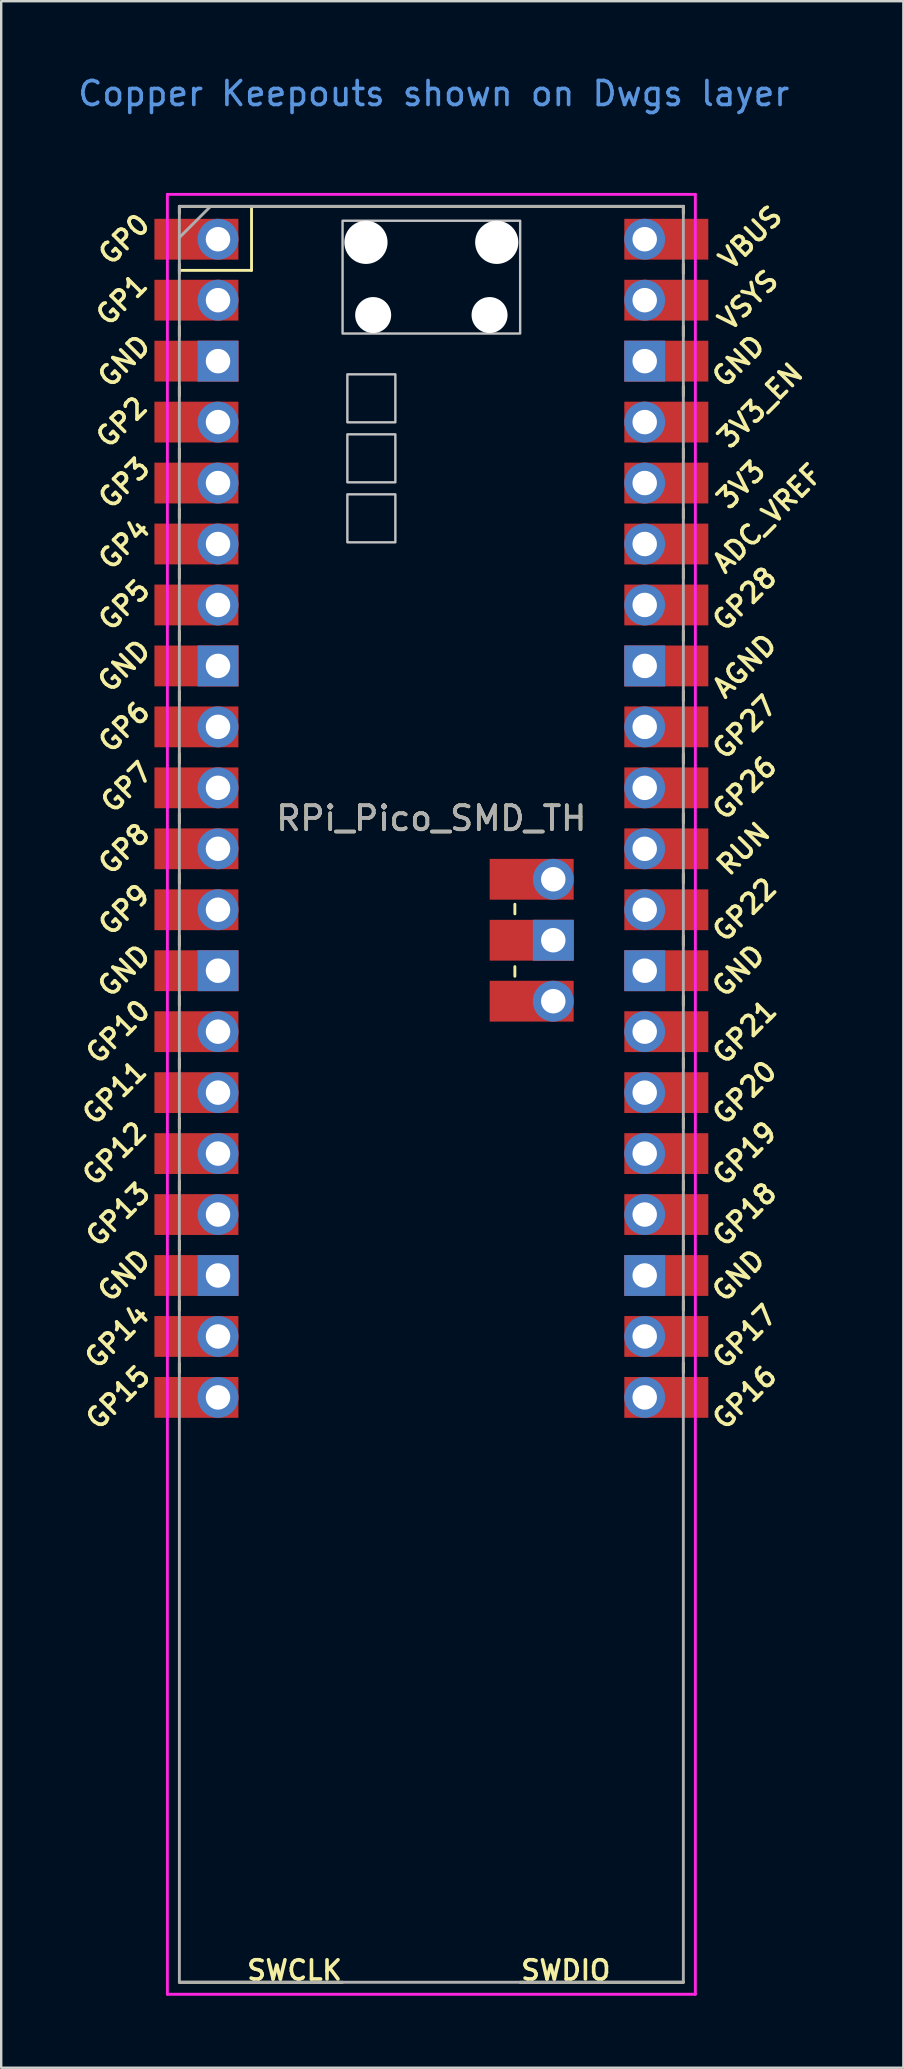
<source format=kicad_pcb>
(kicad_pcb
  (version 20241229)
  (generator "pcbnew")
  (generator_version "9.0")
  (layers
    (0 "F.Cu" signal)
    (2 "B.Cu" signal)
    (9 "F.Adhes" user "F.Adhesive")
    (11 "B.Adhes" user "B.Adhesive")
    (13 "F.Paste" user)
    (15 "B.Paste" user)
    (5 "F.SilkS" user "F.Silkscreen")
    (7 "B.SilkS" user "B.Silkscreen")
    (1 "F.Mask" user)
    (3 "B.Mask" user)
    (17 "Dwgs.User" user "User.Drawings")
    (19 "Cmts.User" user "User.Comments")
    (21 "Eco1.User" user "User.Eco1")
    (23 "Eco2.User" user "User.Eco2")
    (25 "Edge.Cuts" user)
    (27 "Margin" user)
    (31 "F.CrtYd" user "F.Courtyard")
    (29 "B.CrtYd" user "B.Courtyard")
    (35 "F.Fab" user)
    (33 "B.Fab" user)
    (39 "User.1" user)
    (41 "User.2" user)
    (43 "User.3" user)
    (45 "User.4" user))
  (footprint "RPi_Pico_SMD_TH"
    (layer "F.Cu")
    (at 14.924 31.048)
    (property "Reference" "RPi_Pico_SMD_TH" (at 0 0 0) (layer "F.SilkS") (effects (font (size 1 1) (thickness 0.15))))
    (attr through_hole)
    (fp_line (start -10.5 -25.5) (end -10.5 -25.2) (stroke (width 0.12) (type solid)) (layer "F.SilkS"))
    (fp_line (start -10.5 -25.5) (end 10.5 -25.5) (stroke (width 0.12) (type solid)) (layer "F.SilkS"))
    (fp_line (start -10.5 -23.1) (end -10.5 -22.7) (stroke (width 0.12) (type solid)) (layer "F.SilkS"))
    (fp_line (start -10.5 -22.833) (end -7.493 -22.833) (stroke (width 0.12) (type solid)) (layer "F.SilkS"))
    (fp_line (start -10.5 -20.5) (end -10.5 -20.1) (stroke (width 0.12) (type solid)) (layer "F.SilkS"))
    (fp_line (start -10.5 -18) (end -10.5 -17.6) (stroke (width 0.12) (type solid)) (layer "F.SilkS"))
    (fp_line (start -10.5 -15.4) (end -10.5 -15) (stroke (width 0.12) (type solid)) (layer "F.SilkS"))
    (fp_line (start -10.5 -12.9) (end -10.5 -12.5) (stroke (width 0.12) (type solid)) (layer "F.SilkS"))
    (fp_line (start -10.5 -10.4) (end -10.5 -10) (stroke (width 0.12) (type solid)) (layer "F.SilkS"))
    (fp_line (start -10.5 -7.8) (end -10.5 -7.4) (stroke (width 0.12) (type solid)) (layer "F.SilkS"))
    (fp_line (start -10.5 -5.3) (end -10.5 -4.9) (stroke (width 0.12) (type solid)) (layer "F.SilkS"))
    (fp_line (start -10.5 -2.7) (end -10.5 -2.3) (stroke (width 0.12) (type solid)) (layer "F.SilkS"))
    (fp_line (start -10.5 -0.2) (end -10.5 0.2) (stroke (width 0.12) (type solid)) (layer "F.SilkS"))
    (fp_line (start -10.5 2.3) (end -10.5 2.7) (stroke (width 0.12) (type solid)) (layer "F.SilkS"))
    (fp_line (start -10.5 4.9) (end -10.5 5.3) (stroke (width 0.12) (type solid)) (layer "F.SilkS"))
    (fp_line (start -10.5 7.4) (end -10.5 7.8) (stroke (width 0.12) (type solid)) (layer "F.SilkS"))
    (fp_line (start -10.5 10) (end -10.5 10.4) (stroke (width 0.12) (type solid)) (layer "F.SilkS"))
    (fp_line (start -10.5 12.5) (end -10.5 12.9) (stroke (width 0.12) (type solid)) (layer "F.SilkS"))
    (fp_line (start -10.5 15.1) (end -10.5 15.5) (stroke (width 0.12) (type solid)) (layer "F.SilkS"))
    (fp_line (start -10.5 17.6) (end -10.5 18) (stroke (width 0.12) (type solid)) (layer "F.SilkS"))
    (fp_line (start -10.5 20.1) (end -10.5 20.5) (stroke (width 0.12) (type solid)) (layer "F.SilkS"))
    (fp_line (start -10.5 22.7) (end -10.5 23.1) (stroke (width 0.12) (type solid)) (layer "F.SilkS"))
    (fp_line (start -7.493 -22.833) (end -7.493 -25.5) (stroke (width 0.12) (type solid)) (layer "F.SilkS"))
    (fp_line (start -3.7 48.5) (end -10.5 48.5) (stroke (width 0.12) (type solid)) (layer "F.SilkS"))
    (fp_line (start 3.48 3.58) (end 3.48 3.98) (stroke (width 0.12) (type solid)) (layer "F.SilkS"))
    (fp_line (start 3.48 6.18) (end 3.48 6.58) (stroke (width 0.12) (type solid)) (layer "F.SilkS"))
    (fp_line (start 10.5 -25.5) (end 10.5 -25.2) (stroke (width 0.12) (type solid)) (layer "F.SilkS"))
    (fp_line (start 10.5 -23.1) (end 10.5 -22.7) (stroke (width 0.12) (type solid)) (layer "F.SilkS"))
    (fp_line (start 10.5 -20.5) (end 10.5 -20.1) (stroke (width 0.12) (type solid)) (layer "F.SilkS"))
    (fp_line (start 10.5 -18) (end 10.5 -17.6) (stroke (width 0.12) (type solid)) (layer "F.SilkS"))
    (fp_line (start 10.5 -15.4) (end 10.5 -15) (stroke (width 0.12) (type solid)) (layer "F.SilkS"))
    (fp_line (start 10.5 -12.9) (end 10.5 -12.5) (stroke (width 0.12) (type solid)) (layer "F.SilkS"))
    (fp_line (start 10.5 -10.4) (end 10.5 -10) (stroke (width 0.12) (type solid)) (layer "F.SilkS"))
    (fp_line (start 10.5 -7.8) (end 10.5 -7.4) (stroke (width 0.12) (type solid)) (layer "F.SilkS"))
    (fp_line (start 10.5 -5.3) (end 10.5 -4.9) (stroke (width 0.12) (type solid)) (layer "F.SilkS"))
    (fp_line (start 10.5 -2.7) (end 10.5 -2.3) (stroke (width 0.12) (type solid)) (layer "F.SilkS"))
    (fp_line (start 10.5 -0.2) (end 10.5 0.2) (stroke (width 0.12) (type solid)) (layer "F.SilkS"))
    (fp_line (start 10.5 2.3) (end 10.5 2.7) (stroke (width 0.12) (type solid)) (layer "F.SilkS"))
    (fp_line (start 10.5 4.9) (end 10.5 5.3) (stroke (width 0.12) (type solid)) (layer "F.SilkS"))
    (fp_line (start 10.5 7.4) (end 10.5 7.8) (stroke (width 0.12) (type solid)) (layer "F.SilkS"))
    (fp_line (start 10.5 10) (end 10.5 10.4) (stroke (width 0.12) (type solid)) (layer "F.SilkS"))
    (fp_line (start 10.5 12.5) (end 10.5 12.9) (stroke (width 0.12) (type solid)) (layer "F.SilkS"))
    (fp_line (start 10.5 15.1) (end 10.5 15.5) (stroke (width 0.12) (type solid)) (layer "F.SilkS"))
    (fp_line (start 10.5 17.6) (end 10.5 18) (stroke (width 0.12) (type solid)) (layer "F.SilkS"))
    (fp_line (start 10.5 20.1) (end 10.5 20.5) (stroke (width 0.12) (type solid)) (layer "F.SilkS"))
    (fp_line (start 10.5 22.7) (end 10.5 23.1) (stroke (width 0.12) (type solid)) (layer "F.SilkS"))
    (fp_line (start 10.5 48.5) (end 3.7 48.5) (stroke (width 0.12) (type solid)) (layer "F.SilkS"))
    (fp_poly (pts (xy -1.5 -16.5) (xy -3.5 -16.5) (xy -3.5 -18.5) (xy -1.5 -18.5)) (stroke (width 0.1) (type solid)) (fill no) (layer "Dwgs.User"))
    (fp_poly (pts (xy -1.5 -14) (xy -3.5 -14) (xy -3.5 -16) (xy -1.5 -16)) (stroke (width 0.1) (type solid)) (fill no) (layer "Dwgs.User"))
    (fp_poly (pts (xy -1.5 -11.5) (xy -3.5 -11.5) (xy -3.5 -13.5) (xy -1.5 -13.5)) (stroke (width 0.1) (type solid)) (fill no) (layer "Dwgs.User"))
    (fp_poly (pts (xy 3.7 -20.2) (xy -3.7 -20.2) (xy -3.7 -24.9) (xy 3.7 -24.9)) (stroke (width 0.1) (type solid)) (fill no) (layer "Dwgs.User"))
    (fp_line (start -11 -26) (end 11 -26) (stroke (width 0.12) (type solid)) (layer "F.CrtYd"))
    (fp_line (start -11 49) (end -11 -26) (stroke (width 0.12) (type solid)) (layer "F.CrtYd"))
    (fp_line (start 11 -26) (end 11 49) (stroke (width 0.12) (type solid)) (layer "F.CrtYd"))
    (fp_line (start 11 49) (end -11 49) (stroke (width 0.12) (type solid)) (layer "F.CrtYd"))
    (fp_line (start -10.5 -25.5) (end 10.5 -25.5) (stroke (width 0.12) (type solid)) (layer "F.Fab"))
    (fp_line (start -10.5 -24.2) (end -9.2 -25.5) (stroke (width 0.12) (type solid)) (layer "F.Fab"))
    (fp_line (start -10.5 48.5) (end -10.5 -25.5) (stroke (width 0.12) (type solid)) (layer "F.Fab"))
    (fp_line (start 10.5 -25.5) (end 10.5 48.5) (stroke (width 0.12) (type solid)) (layer "F.Fab"))
    (fp_line (start 10.5 48.5) (end -10.5 48.5) (stroke (width 0.12) (type solid)) (layer "F.Fab"))
    (fp_rect (start -7.875 27.94) (end 7.875 49) (stroke (width 0.12) (type solid)) (fill no) (layer "User.4"))
    (fp_rect (start -7.25 29) (end 7.25 48.26) (stroke (width 0.12) (type solid)) (fill no) (layer "User.5"))
    (fp_text user "GND" (at 12.8 19.05 45) (layer "F.SilkS") (effects (font (size 0.8 0.8) (thickness 0.15))))
    (fp_text user "GND" (at 12.8 6.35 45) (layer "F.SilkS") (effects (font (size 0.8 0.8) (thickness 0.15))))
    (fp_text user "GP6" (at -12.8 -3.81 45) (layer "F.SilkS") (effects (font (size 0.8 0.8) (thickness 0.15))))
    (fp_text user "GP1" (at -12.9 -21.6 45) (layer "F.SilkS") (effects (font (size 0.8 0.8) (thickness 0.15))))
    (fp_text user "GP12" (at -13.2 13.97 45) (layer "F.SilkS") (effects (font (size 0.8 0.8) (thickness 0.15))))
    (fp_text user "GP13" (at -13.054 16.51 45) (layer "F.SilkS") (effects (font (size 0.8 0.8) (thickness 0.15))))
    (fp_text user "GP3" (at -12.8 -13.97 45) (layer "F.SilkS") (effects (font (size 0.8 0.8) (thickness 0.15))))
    (fp_text user "GND" (at 12.8 -19.05 45) (layer "F.SilkS") (effects (font (size 0.8 0.8) (thickness 0.15))))
    (fp_text user "GP4" (at -12.8 -11.43 45) (layer "F.SilkS") (effects (font (size 0.8 0.8) (thickness 0.15))))
    (fp_text user "AGND" (at 13.054 -6.35 45) (layer "F.SilkS") (effects (font (size 0.8 0.8) (thickness 0.15))))
    (fp_text user "VSYS" (at 13.2 -21.59 45) (layer "F.SilkS") (effects (font (size 0.8 0.8) (thickness 0.15))))
    (fp_text user "GP11" (at -13.2 11.43 45) (layer "F.SilkS") (effects (font (size 0.8 0.8) (thickness 0.15))))
    (fp_text user "GP7" (at -12.7 -1.3 45) (layer "F.SilkS") (effects (font (size 0.8 0.8) (thickness 0.15))))
    (fp_text user "GP9" (at -12.8 3.81 45) (layer "F.SilkS") (effects (font (size 0.8 0.8) (thickness 0.15))))
    (fp_text user "GP16" (at 13.054 24.13 45) (layer "F.SilkS") (effects (font (size 0.8 0.8) (thickness 0.15))))
    (fp_text user "RUN" (at 13 1.27 45) (layer "F.SilkS") (effects (font (size 0.8 0.8) (thickness 0.15))))
    (fp_text user "GND" (at -12.8 6.35 45) (layer "F.SilkS") (effects (font (size 0.8 0.8) (thickness 0.15))))
    (fp_text user "GP22" (at 13.054 3.81 45) (layer "F.SilkS") (effects (font (size 0.8 0.8) (thickness 0.15))))
    (fp_text user "SWCLK" (at -5.7 48 0) (layer "F.SilkS") (effects (font (size 0.8 0.8) (thickness 0.15))))
    (fp_text user "VBUS" (at 13.3 -24.2 45) (layer "F.SilkS") (effects (font (size 0.8 0.8) (thickness 0.15))))
    (fp_text user "GP8" (at -12.8 1.27 45) (layer "F.SilkS") (effects (font (size 0.8 0.8) (thickness 0.15))))
    (fp_text user "GP27" (at 13.054 -3.8 45) (layer "F.SilkS") (effects (font (size 0.8 0.8) (thickness 0.15))))
    (fp_text user "GP28" (at 13.054 -9.144 45) (layer "F.SilkS") (effects (font (size 0.8 0.8) (thickness 0.15))))
    (fp_text user "GND" (at -12.8 -19.05 45) (layer "F.SilkS") (effects (font (size 0.8 0.8) (thickness 0.15))))
    (fp_text user "GP18" (at 13.054 16.51 45) (layer "F.SilkS") (effects (font (size 0.8 0.8) (thickness 0.15))))
    (fp_text user "GP20" (at 13.054 11.43 45) (layer "F.SilkS") (effects (font (size 0.8 0.8) (thickness 0.15))))
    (fp_text user "3V3" (at 12.9 -13.9 45) (layer "F.SilkS") (effects (font (size 0.8 0.8) (thickness 0.15))))
    (fp_text user "GND" (at -12.8 19.05 45) (layer "F.SilkS") (effects (font (size 0.8 0.8) (thickness 0.15))))
    (fp_text user "GND" (at -12.8 -6.35 45) (layer "F.SilkS") (effects (font (size 0.8 0.8) (thickness 0.15))))
    (fp_text user "GP2" (at -12.9 -16.51 45) (layer "F.SilkS") (effects (font (size 0.8 0.8) (thickness 0.15))))
    (fp_text user "GP15" (at -13.054 24.13 45) (layer "F.SilkS") (effects (font (size 0.8 0.8) (thickness 0.15))))
    (fp_text user "GP21" (at 13.054 8.9 45) (layer "F.SilkS") (effects (font (size 0.8 0.8) (thickness 0.15))))
    (fp_text user "GP14" (at -13.1 21.59 45) (layer "F.SilkS") (effects (font (size 0.8 0.8) (thickness 0.15))))
    (fp_text user "GP26" (at 13.054 -1.27 45) (layer "F.SilkS") (effects (font (size 0.8 0.8) (thickness 0.15))))
    (fp_text user "GP19" (at 13.054 13.97 45) (layer "F.SilkS") (effects (font (size 0.8 0.8) (thickness 0.15))))
    (fp_text user "GP0" (at -12.8 -24.13 45) (layer "F.SilkS") (effects (font (size 0.8 0.8) (thickness 0.15))))
    (fp_text user "3V3_EN" (at 13.7 -17.2 45) (layer "F.SilkS") (effects (font (size 0.8 0.8) (thickness 0.15))))
    (fp_text user "SWDIO" (at 5.6 48 0) (layer "F.SilkS") (effects (font (size 0.8 0.8) (thickness 0.15))))
    (fp_text user "GP10" (at -13.054 8.89 45) (layer "F.SilkS") (effects (font (size 0.8 0.8) (thickness 0.15))))
    (fp_text user "ADC_VREF" (at 14 -12.5 45) (layer "F.SilkS") (effects (font (size 0.8 0.8) (thickness 0.15))))
    (fp_text user "GP5" (at -12.8 -8.89 45) (layer "F.SilkS") (effects (font (size 0.8 0.8) (thickness 0.15))))
    (fp_text user "GP17" (at 13.054 21.59 45) (layer "F.SilkS") (effects (font (size 0.8 0.8) (thickness 0.15))))
    (fp_text user "Copper Keepouts shown on Dwgs layer" (at 0.1 -30.2 0) (layer "Cmts.User") (effects (font (size 1 1) (thickness 0.15))))
    (fp_text user "${REFERENCE}" (at 0 0 180) (layer "F.Fab") (effects (font (size 1 1) (thickness 0.15))))
    (pad "" np_thru_hole oval (at -2.725 -24) (size 1.8 1.8) (drill 1.8) (layers "*.Cu" "*.Mask"))
    (pad "" np_thru_hole oval (at -2.425 -20.97) (size 1.5 1.5) (drill 1.5) (layers "*.Cu" "*.Mask"))
    (pad "" np_thru_hole oval (at 2.425 -20.97) (size 1.5 1.5) (drill 1.5) (layers "*.Cu" "*.Mask"))
    (pad "" np_thru_hole oval (at 2.725 -24) (size 1.8 1.8) (drill 1.8) (layers "*.Cu" "*.Mask"))
    (pad "1" thru_hole oval (at -8.89 -24.13) (size 1.7 1.7) (drill 1.02) (layers "*.Cu" "*.Mask"))
    (pad "1" smd rect (at -8.89 -24.13) (size 3.5 1.7) (drill (offset -0.9 0)) (layers "F.Cu" "F.Mask"))
    (pad "2" thru_hole oval (at -8.89 -21.59) (size 1.7 1.7) (drill 1.02) (layers "*.Cu" "*.Mask"))
    (pad "2" smd rect (at -8.89 -21.59) (size 3.5 1.7) (drill (offset -0.9 0)) (layers "F.Cu" "F.Mask"))
    (pad "3" thru_hole rect (at -8.89 -19.05) (size 1.7 1.7) (drill 1.02) (layers "*.Cu" "*.Mask"))
    (pad "3" smd rect (at -8.89 -19.05) (size 3.5 1.7) (drill (offset -0.9 0)) (layers "F.Cu" "F.Mask"))
    (pad "4" thru_hole oval (at -8.89 -16.51) (size 1.7 1.7) (drill 1.02) (layers "*.Cu" "*.Mask"))
    (pad "4" smd rect (at -8.89 -16.51) (size 3.5 1.7) (drill (offset -0.9 0)) (layers "F.Cu" "F.Mask"))
    (pad "5" thru_hole oval (at -8.89 -13.97) (size 1.7 1.7) (drill 1.02) (layers "*.Cu" "*.Mask"))
    (pad "5" smd rect (at -8.89 -13.97) (size 3.5 1.7) (drill (offset -0.9 0)) (layers "F.Cu" "F.Mask"))
    (pad "6" thru_hole oval (at -8.89 -11.43) (size 1.7 1.7) (drill 1.02) (layers "*.Cu" "*.Mask"))
    (pad "6" smd rect (at -8.89 -11.43) (size 3.5 1.7) (drill (offset -0.9 0)) (layers "F.Cu" "F.Mask"))
    (pad "7" thru_hole oval (at -8.89 -8.89) (size 1.7 1.7) (drill 1.02) (layers "*.Cu" "*.Mask"))
    (pad "7" smd rect (at -8.89 -8.89) (size 3.5 1.7) (drill (offset -0.9 0)) (layers "F.Cu" "F.Mask"))
    (pad "8" thru_hole rect (at -8.89 -6.35) (size 1.7 1.7) (drill 1.02) (layers "*.Cu" "*.Mask"))
    (pad "8" smd rect (at -8.89 -6.35) (size 3.5 1.7) (drill (offset -0.9 0)) (layers "F.Cu" "F.Mask"))
    (pad "9" thru_hole oval (at -8.89 -3.81) (size 1.7 1.7) (drill 1.02) (layers "*.Cu" "*.Mask"))
    (pad "9" smd rect (at -8.89 -3.81) (size 3.5 1.7) (drill (offset -0.9 0)) (layers "F.Cu" "F.Mask"))
    (pad "10" thru_hole oval (at -8.89 -1.27) (size 1.7 1.7) (drill 1.02) (layers "*.Cu" "*.Mask"))
    (pad "10" smd rect (at -8.89 -1.27) (size 3.5 1.7) (drill (offset -0.9 0)) (layers "F.Cu" "F.Mask"))
    (pad "11" thru_hole oval (at -8.89 1.27) (size 1.7 1.7) (drill 1.02) (layers "*.Cu" "*.Mask"))
    (pad "11" smd rect (at -8.89 1.27) (size 3.5 1.7) (drill (offset -0.9 0)) (layers "F.Cu" "F.Mask"))
    (pad "12" thru_hole oval (at -8.89 3.81) (size 1.7 1.7) (drill 1.02) (layers "*.Cu" "*.Mask"))
    (pad "12" smd rect (at -8.89 3.81) (size 3.5 1.7) (drill (offset -0.9 0)) (layers "F.Cu" "F.Mask"))
    (pad "13" thru_hole rect (at -8.89 6.35) (size 1.7 1.7) (drill 1.02) (layers "*.Cu" "*.Mask"))
    (pad "13" smd rect (at -8.89 6.35) (size 3.5 1.7) (drill (offset -0.9 0)) (layers "F.Cu" "F.Mask"))
    (pad "14" thru_hole oval (at -8.89 8.89) (size 1.7 1.7) (drill 1.02) (layers "*.Cu" "*.Mask"))
    (pad "14" smd rect (at -8.89 8.89) (size 3.5 1.7) (drill (offset -0.9 0)) (layers "F.Cu" "F.Mask"))
    (pad "15" thru_hole oval (at -8.89 11.43) (size 1.7 1.7) (drill 1.02) (layers "*.Cu" "*.Mask"))
    (pad "15" smd rect (at -8.89 11.43) (size 3.5 1.7) (drill (offset -0.9 0)) (layers "F.Cu" "F.Mask"))
    (pad "16" thru_hole oval (at -8.89 13.97) (size 1.7 1.7) (drill 1.02) (layers "*.Cu" "*.Mask"))
    (pad "16" smd rect (at -8.89 13.97) (size 3.5 1.7) (drill (offset -0.9 0)) (layers "F.Cu" "F.Mask"))
    (pad "17" thru_hole oval (at -8.89 16.51) (size 1.7 1.7) (drill 1.02) (layers "*.Cu" "*.Mask"))
    (pad "17" smd rect (at -8.89 16.51) (size 3.5 1.7) (drill (offset -0.9 0)) (layers "F.Cu" "F.Mask"))
    (pad "18" thru_hole rect (at -8.89 19.05) (size 1.7 1.7) (drill 1.02) (layers "*.Cu" "*.Mask"))
    (pad "18" smd rect (at -8.89 19.05) (size 3.5 1.7) (drill (offset -0.9 0)) (layers "F.Cu" "F.Mask"))
    (pad "19" thru_hole oval (at -8.89 21.59) (size 1.7 1.7) (drill 1.02) (layers "*.Cu" "*.Mask"))
    (pad "19" smd rect (at -8.89 21.59) (size 3.5 1.7) (drill (offset -0.9 0)) (layers "F.Cu" "F.Mask"))
    (pad "20" thru_hole oval (at -8.89 24.13) (size 1.7 1.7) (drill 1.02) (layers "*.Cu" "*.Mask"))
    (pad "20" smd rect (at -8.89 24.13) (size 3.5 1.7) (drill (offset -0.9 0)) (layers "F.Cu" "F.Mask"))
    (pad "21" thru_hole oval (at 8.89 24.13) (size 1.7 1.7) (drill 1.02) (layers "*.Cu" "*.Mask"))
    (pad "21" smd rect (at 8.89 24.13) (size 3.5 1.7) (drill (offset 0.9 0)) (layers "F.Cu" "F.Mask"))
    (pad "22" thru_hole oval (at 8.89 21.59) (size 1.7 1.7) (drill 1.02) (layers "*.Cu" "*.Mask"))
    (pad "22" smd rect (at 8.89 21.59) (size 3.5 1.7) (drill (offset 0.9 0)) (layers "F.Cu" "F.Mask"))
    (pad "23" thru_hole rect (at 8.89 19.05) (size 1.7 1.7) (drill 1.02) (layers "*.Cu" "*.Mask"))
    (pad "23" smd rect (at 8.89 19.05) (size 3.5 1.7) (drill (offset 0.9 0)) (layers "F.Cu" "F.Mask"))
    (pad "24" thru_hole oval (at 8.89 16.51) (size 1.7 1.7) (drill 1.02) (layers "*.Cu" "*.Mask"))
    (pad "24" smd rect (at 8.89 16.51) (size 3.5 1.7) (drill (offset 0.9 0)) (layers "F.Cu" "F.Mask"))
    (pad "25" thru_hole oval (at 8.89 13.97) (size 1.7 1.7) (drill 1.02) (layers "*.Cu" "*.Mask"))
    (pad "25" smd rect (at 8.89 13.97) (size 3.5 1.7) (drill (offset 0.9 0)) (layers "F.Cu" "F.Mask"))
    (pad "26" thru_hole oval (at 8.89 11.43) (size 1.7 1.7) (drill 1.02) (layers "*.Cu" "*.Mask"))
    (pad "26" smd rect (at 8.89 11.43) (size 3.5 1.7) (drill (offset 0.9 0)) (layers "F.Cu" "F.Mask"))
    (pad "27" thru_hole oval (at 8.89 8.89) (size 1.7 1.7) (drill 1.02) (layers "*.Cu" "*.Mask"))
    (pad "27" smd rect (at 8.89 8.89) (size 3.5 1.7) (drill (offset 0.9 0)) (layers "F.Cu" "F.Mask"))
    (pad "28" thru_hole rect (at 8.89 6.35) (size 1.7 1.7) (drill 1.02) (layers "*.Cu" "*.Mask"))
    (pad "28" smd rect (at 8.89 6.35) (size 3.5 1.7) (drill (offset 0.9 0)) (layers "F.Cu" "F.Mask"))
    (pad "29" thru_hole oval (at 8.89 3.81) (size 1.7 1.7) (drill 1.02) (layers "*.Cu" "*.Mask"))
    (pad "29" smd rect (at 8.89 3.81) (size 3.5 1.7) (drill (offset 0.9 0)) (layers "F.Cu" "F.Mask"))
    (pad "30" thru_hole oval (at 8.89 1.27) (size 1.7 1.7) (drill 1.02) (layers "*.Cu" "*.Mask"))
    (pad "30" smd rect (at 8.89 1.27) (size 3.5 1.7) (drill (offset 0.9 0)) (layers "F.Cu" "F.Mask"))
    (pad "31" thru_hole oval (at 8.89 -1.27) (size 1.7 1.7) (drill 1.02) (layers "*.Cu" "*.Mask"))
    (pad "31" smd rect (at 8.89 -1.27) (size 3.5 1.7) (drill (offset 0.9 0)) (layers "F.Cu" "F.Mask"))
    (pad "32" thru_hole oval (at 8.89 -3.81) (size 1.7 1.7) (drill 1.02) (layers "*.Cu" "*.Mask"))
    (pad "32" smd rect (at 8.89 -3.81) (size 3.5 1.7) (drill (offset 0.9 0)) (layers "F.Cu" "F.Mask"))
    (pad "33" thru_hole rect (at 8.89 -6.35) (size 1.7 1.7) (drill 1.02) (layers "*.Cu" "*.Mask"))
    (pad "33" smd rect (at 8.89 -6.35) (size 3.5 1.7) (drill (offset 0.9 0)) (layers "F.Cu" "F.Mask"))
    (pad "34" thru_hole oval (at 8.89 -8.89) (size 1.7 1.7) (drill 1.02) (layers "*.Cu" "*.Mask"))
    (pad "34" smd rect (at 8.89 -8.89) (size 3.5 1.7) (drill (offset 0.9 0)) (layers "F.Cu" "F.Mask"))
    (pad "35" thru_hole oval (at 8.89 -11.43) (size 1.7 1.7) (drill 1.02) (layers "*.Cu" "*.Mask"))
    (pad "35" smd rect (at 8.89 -11.43) (size 3.5 1.7) (drill (offset 0.9 0)) (layers "F.Cu" "F.Mask"))
    (pad "36" thru_hole oval (at 8.89 -13.97) (size 1.7 1.7) (drill 1.02) (layers "*.Cu" "*.Mask"))
    (pad "36" smd rect (at 8.89 -13.97) (size 3.5 1.7) (drill (offset 0.9 0)) (layers "F.Cu" "F.Mask"))
    (pad "37" thru_hole oval (at 8.89 -16.51) (size 1.7 1.7) (drill 1.02) (layers "*.Cu" "*.Mask"))
    (pad "37" smd rect (at 8.89 -16.51) (size 3.5 1.7) (drill (offset 0.9 0)) (layers "F.Cu" "F.Mask"))
    (pad "38" thru_hole rect (at 8.89 -19.05) (size 1.7 1.7) (drill 1.02) (layers "*.Cu" "*.Mask"))
    (pad "38" smd rect (at 8.89 -19.05) (size 3.5 1.7) (drill (offset 0.9 0)) (layers "F.Cu" "F.Mask"))
    (pad "39" thru_hole oval (at 8.89 -21.59) (size 1.7 1.7) (drill 1.02) (layers "*.Cu" "*.Mask"))
    (pad "39" smd rect (at 8.89 -21.59) (size 3.5 1.7) (drill (offset 0.9 0)) (layers "F.Cu" "F.Mask"))
    (pad "40" thru_hole oval (at 8.89 -24.13) (size 1.7 1.7) (drill 1.02) (layers "*.Cu" "*.Mask"))
    (pad "40" smd rect (at 8.89 -24.13) (size 3.5 1.7) (drill (offset 0.9 0)) (layers "F.Cu" "F.Mask"))
    (pad "41" thru_hole oval (at 5.08 2.54 270) (size 1.7 1.7) (drill 1.02) (layers "*.Cu" "*.Mask"))
    (pad "41" smd rect (at 5.08 2.54) (size 3.5 1.7) (drill (offset -0.9 0)) (layers "F.Cu" "F.Mask"))
    (pad "42" thru_hole rect (at 5.08 5.08 270) (size 1.7 1.7) (drill 1.02) (layers "*.Cu" "*.Mask"))
    (pad "42" smd rect (at 5.08 5.08) (size 3.5 1.7) (drill (offset -0.9 0)) (layers "F.Cu" "F.Mask"))
    (pad "43" thru_hole oval (at 5.08 7.62 270) (size 1.7 1.7) (drill 1.02) (layers "*.Cu" "*.Mask"))
    (pad "43" smd rect (at 5.08 7.62) (size 3.5 1.7) (drill (offset -0.9 0)) (layers "F.Cu" "F.Mask")))
  (gr_rect
    (start -3 -3)
    (end 34.591 83.108)
    (stroke (width 0.1) (type default))
    (fill no)
    (layer "Edge.Cuts")))
</source>
